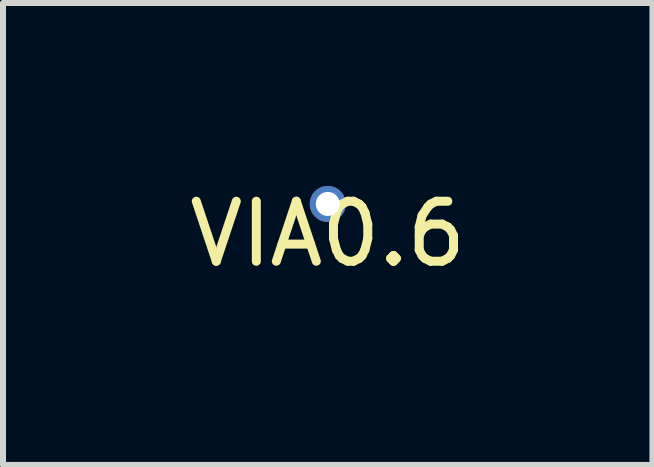
<source format=kicad_pcb>
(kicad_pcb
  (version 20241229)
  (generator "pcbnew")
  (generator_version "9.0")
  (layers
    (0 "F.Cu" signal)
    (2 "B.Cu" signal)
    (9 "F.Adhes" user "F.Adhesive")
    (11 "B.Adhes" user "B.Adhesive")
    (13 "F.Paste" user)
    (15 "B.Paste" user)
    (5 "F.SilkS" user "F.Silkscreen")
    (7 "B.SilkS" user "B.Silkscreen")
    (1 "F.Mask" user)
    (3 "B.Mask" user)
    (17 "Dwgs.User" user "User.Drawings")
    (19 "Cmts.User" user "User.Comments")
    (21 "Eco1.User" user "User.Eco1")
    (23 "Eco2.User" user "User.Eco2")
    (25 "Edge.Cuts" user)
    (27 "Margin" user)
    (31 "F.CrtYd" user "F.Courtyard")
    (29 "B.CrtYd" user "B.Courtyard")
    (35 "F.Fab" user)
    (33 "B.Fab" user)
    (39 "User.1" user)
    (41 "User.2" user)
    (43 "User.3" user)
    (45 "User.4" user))
  (footprint "VIA0.6"
    (layer "F.Cu")
    (at 2.411 0.348)
    (property "Reference" "VIA0.6" (at 0 0.5 0) (layer "F.SilkS") (effects (font (size 1 1) (thickness 0.15))))
    (attr through_hole)
    (pad "1" thru_hole circle (at 0 0) (size 0.6 0.6) (drill 0.4) (layers "*.Cu" "*.Mask")))
  (gr_rect
    (start -3 -3)
    (end 7.821 4.697)
    (stroke (width 0.1) (type default))
    (fill no)
    (layer "Edge.Cuts")))
</source>
